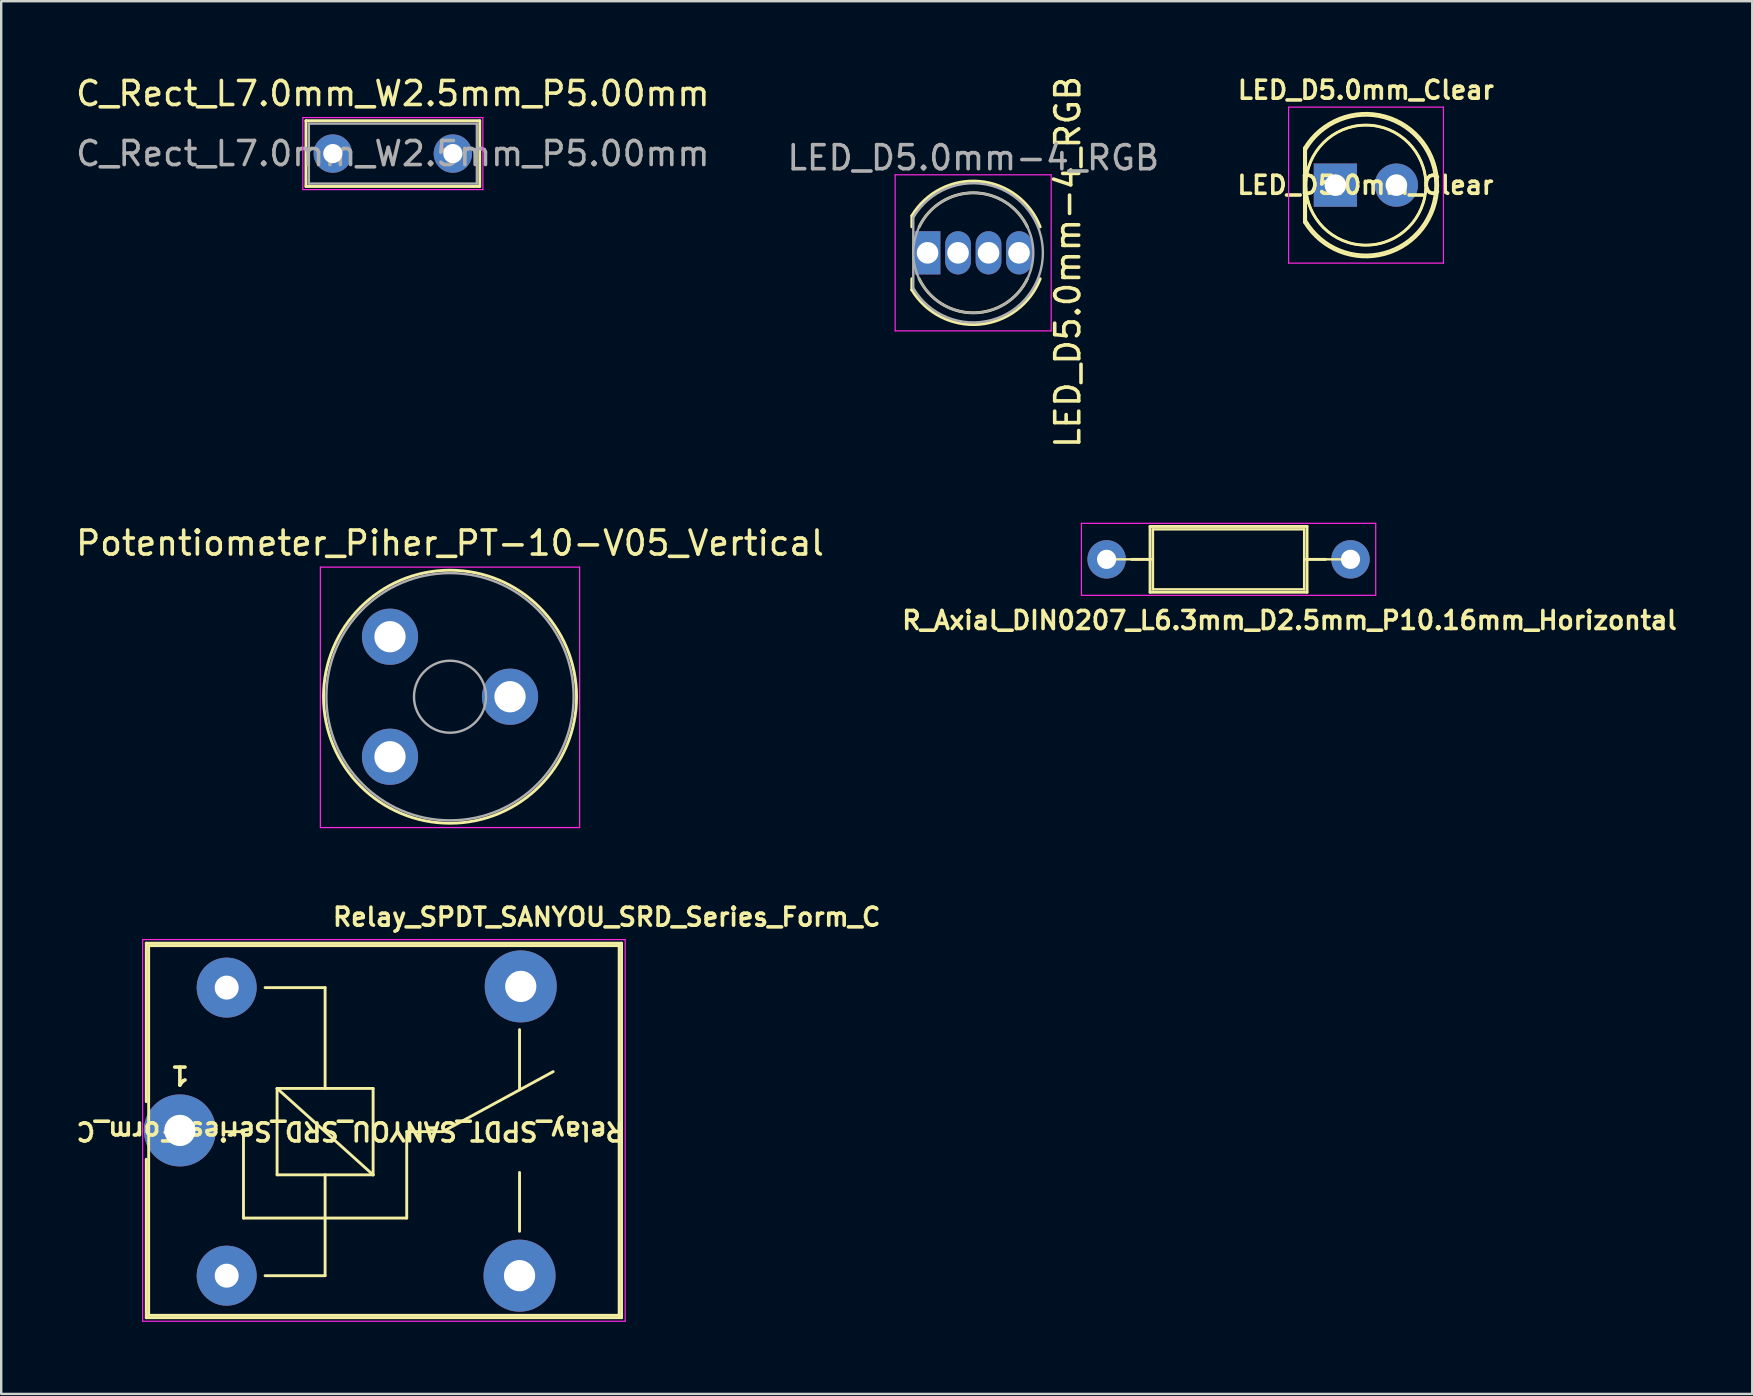
<source format=kicad_pcb>
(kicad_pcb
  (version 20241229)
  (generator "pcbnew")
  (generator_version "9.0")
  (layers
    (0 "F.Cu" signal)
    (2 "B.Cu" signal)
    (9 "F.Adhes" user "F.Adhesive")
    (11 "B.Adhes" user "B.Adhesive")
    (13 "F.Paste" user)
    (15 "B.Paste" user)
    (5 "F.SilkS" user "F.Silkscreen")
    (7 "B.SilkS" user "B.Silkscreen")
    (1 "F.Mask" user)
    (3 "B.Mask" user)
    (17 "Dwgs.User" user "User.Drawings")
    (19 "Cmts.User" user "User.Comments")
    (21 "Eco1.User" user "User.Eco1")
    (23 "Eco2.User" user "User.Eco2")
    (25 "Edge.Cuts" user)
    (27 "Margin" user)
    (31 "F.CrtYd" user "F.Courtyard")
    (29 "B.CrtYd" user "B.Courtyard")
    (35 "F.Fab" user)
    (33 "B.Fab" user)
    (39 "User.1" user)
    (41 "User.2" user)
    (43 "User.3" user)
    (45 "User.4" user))
  (footprint "Potentiometer_Piher_PT-10-V05_Vertical"
    (layer "F.Cu")
    (at 13.196 28.474)
    (property "Reference" "Potentiometer_Piher_PT-10-V05_Vertical" (at 2.5 -8.9 180) (layer "F.SilkS") (effects (font (size 1 1) (thickness 0.15))))
    (attr through_hole)
    (fp_circle (center 2.501 -2.5) (end 7.771 -2.5) (stroke (width 0.12) (type solid)) (fill no) (layer "F.SilkS"))
    (fp_line (start -2.9 -7.9) (end -2.9 2.95) (stroke (width 0.05) (type solid)) (layer "F.CrtYd"))
    (fp_line (start -2.9 2.95) (end 7.9 2.95) (stroke (width 0.05) (type solid)) (layer "F.CrtYd"))
    (fp_line (start 7.9 -7.9) (end -2.9 -7.9) (stroke (width 0.05) (type solid)) (layer "F.CrtYd"))
    (fp_line (start 7.9 2.95) (end 7.9 -7.9) (stroke (width 0.05) (type solid)) (layer "F.CrtYd"))
    (fp_circle (center 2.5 -2.5) (end 4 -2.5) (stroke (width 0.1) (type solid)) (fill no) (layer "F.Fab"))
    (fp_circle (center 2.5 -2.5) (end 7.65 -2.5) (stroke (width 0.1) (type solid)) (fill no) (layer "F.Fab"))
    (pad "1" thru_hole circle (at 0 0) (size 2.34 2.34) (drill 1.3) (layers "*.Cu" "*.Mask"))
    (pad "2" thru_hole circle (at 5 -2.5) (size 2.34 2.34) (drill 1.3) (layers "*.Cu" "*.Mask"))
    (pad "3" thru_hole circle (at 0 -5) (size 2.34 2.34) (drill 1.3) (layers "*.Cu" "*.Mask")))
  (footprint "R_Axial_DIN0207_L6.3mm_D2.5mm_P10.16mm_Horizontal"
    (layer "F.Cu")
    (at 43.048 20.251)
    (property "Reference" "R_Axial_DIN0207_L6.3mm_D2.5mm_P10.16mm_Horizontal" (at 7.62 2.54 0) (layer "F.SilkS") (effects (font (size 0.75 0.75) (thickness 0.15))))
    (attr through_hole)
    (fp_line (start 0 0) (end 1.93 0) (stroke (width 0.1) (type solid)) (layer "F.SilkS"))
    (fp_line (start 1.04 0) (end 1.81 0) (stroke (width 0.12) (type solid)) (layer "F.SilkS"))
    (fp_line (start 1.81 -1.37) (end 1.81 1.37) (stroke (width 0.12) (type solid)) (layer "F.SilkS"))
    (fp_line (start 1.81 1.37) (end 8.35 1.37) (stroke (width 0.12) (type solid)) (layer "F.SilkS"))
    (fp_line (start 1.93 -1.25) (end 1.93 1.25) (stroke (width 0.1) (type solid)) (layer "F.SilkS"))
    (fp_line (start 1.93 1.25) (end 8.23 1.25) (stroke (width 0.1) (type solid)) (layer "F.SilkS"))
    (fp_line (start 8.23 -1.25) (end 1.93 -1.25) (stroke (width 0.1) (type solid)) (layer "F.SilkS"))
    (fp_line (start 8.23 1.25) (end 8.23 -1.25) (stroke (width 0.1) (type solid)) (layer "F.SilkS"))
    (fp_line (start 8.35 -1.37) (end 1.81 -1.37) (stroke (width 0.12) (type solid)) (layer "F.SilkS"))
    (fp_line (start 8.35 1.37) (end 8.35 -1.37) (stroke (width 0.12) (type solid)) (layer "F.SilkS"))
    (fp_line (start 9.12 0) (end 8.35 0) (stroke (width 0.12) (type solid)) (layer "F.SilkS"))
    (fp_line (start 10.16 0) (end 8.23 0) (stroke (width 0.1) (type solid)) (layer "F.SilkS"))
    (fp_line (start -1.05 -1.5) (end -1.05 1.5) (stroke (width 0.05) (type solid)) (layer "F.CrtYd"))
    (fp_line (start -1.05 1.5) (end 11.21 1.5) (stroke (width 0.05) (type solid)) (layer "F.CrtYd"))
    (fp_line (start 11.21 -1.5) (end -1.05 -1.5) (stroke (width 0.05) (type solid)) (layer "F.CrtYd"))
    (fp_line (start 11.21 1.5) (end 11.21 -1.5) (stroke (width 0.05) (type solid)) (layer "F.CrtYd"))
    (pad "1" thru_hole circle (at 0 0) (size 1.6 1.6) (drill 0.8) (layers "*.Cu" "*.Mask"))
    (pad "2" thru_hole oval (at 10.16 0) (size 1.6 1.6) (drill 0.8) (layers "*.Cu" "*.Mask")))
  (footprint "LED_D5.0mm-4_RGB"
    (layer "F.Cu")
    (at 35.589 7.482)
    (property "Reference" "LED_D5.0mm-4_RGB" (at 5.842 0.381 90) (layer "F.SilkS") (effects (font (size 1 1) (thickness 0.15))))
    (attr through_hole)
    (fp_line (start -0.655 -1.545) (end -0.655 -1.08) (stroke (width 0.12) (type solid)) (layer "F.SilkS"))
    (fp_line (start -0.655 1.08) (end -0.655 1.545) (stroke (width 0.12) (type solid)) (layer "F.SilkS"))
    (fp_arc (start -0.655 -1.54483) (mid 2.163456 -2.978809) (end 4.692815 -1.080827) (stroke (width 0.12) (type solid)) (layer "F.SilkS"))
    (fp_arc (start -0.349684 -1.08) (mid 1.904762 -2.5) (end 4.159479 -1.080429) (stroke (width 0.12) (type solid)) (layer "F.SilkS"))
    (fp_arc (start 4.159479 1.080429) (mid 1.904762 2.5) (end -0.349684 1.08) (stroke (width 0.12) (type solid)) (layer "F.SilkS"))
    (fp_arc (start 4.692815 1.080827) (mid 2.163456 2.978808) (end -0.655 1.54483) (stroke (width 0.12) (type solid)) (layer "F.SilkS"))
    (fp_line (start -1.35 -3.25) (end -1.35 3.25) (stroke (width 0.05) (type solid)) (layer "F.CrtYd"))
    (fp_line (start -1.35 3.25) (end 5.15 3.25) (stroke (width 0.05) (type solid)) (layer "F.CrtYd"))
    (fp_line (start 5.15 -3.25) (end -1.35 -3.25) (stroke (width 0.05) (type solid)) (layer "F.CrtYd"))
    (fp_line (start 5.15 3.25) (end 5.15 -3.25) (stroke (width 0.05) (type solid)) (layer "F.CrtYd"))
    (fp_line (start -0.595 -1.47) (end -0.595 1.47) (stroke (width 0.1) (type solid)) (layer "F.Fab"))
    (fp_arc (start -0.595 -1.469694) (mid 4.805 0.000016) (end -0.595016 1.469666) (stroke (width 0.1) (type solid)) (layer "F.Fab"))
    (fp_circle (center 1.905 0) (end 4.405 0) (stroke (width 0.1) (type solid)) (fill no) (layer "F.Fab"))
    (fp_text user "${REFERENCE}" (at 1.905 -3.96 0) (layer "F.Fab") (effects (font (size 1 1) (thickness 0.15))))
    (pad "1" thru_hole rect (at 0 0) (size 1.07 1.8) (drill 0.9) (layers "*.Cu" "*.Mask") (remove_unused_layers yes) (keep_end_layers yes) (zone_layer_connections))
    (pad "2" thru_hole oval (at 1.27 0) (size 1.07 1.8) (drill 0.9) (layers "*.Cu" "*.Mask") (remove_unused_layers yes) (keep_end_layers yes) (zone_layer_connections))
    (pad "3" thru_hole oval (at 2.54 0) (size 1.07 1.8) (drill 0.9) (layers "*.Cu" "*.Mask") (remove_unused_layers yes) (keep_end_layers yes) (zone_layer_connections))
    (pad "4" thru_hole oval (at 3.81 0) (size 1.07 1.8) (drill 0.9) (layers "*.Cu" "*.Mask") (remove_unused_layers yes) (keep_end_layers yes) (zone_layer_connections)))
  (footprint "LED_D5.0mm_Clear"
    (layer "F.Cu")
    (at 52.579 4.662)
    (property "Reference" "LED_D5.0mm_Clear" (at 1.27 -3.96 0) (layer "F.SilkS") (effects (font (size 0.75 0.75) (thickness 0.15))))
    (attr through_hole)
    (fp_line (start -1.29 -1.545) (end -1.29 1.545) (stroke (width 0.12) (type solid)) (layer "F.SilkS"))
    (fp_line (start -1.23 -1.47) (end -1.23 1.47) (stroke (width 0.1) (type solid)) (layer "F.SilkS"))
    (fp_arc (start -1.29 -1.54483) (mid 2.072002 -2.880433) (end 4.26 0.000462) (stroke (width 0.12) (type solid)) (layer "F.SilkS"))
    (fp_arc (start -1.23 -1.469694) (mid 4.17 0.000016) (end -1.230016 1.469666) (stroke (width 0.1) (type solid)) (layer "F.SilkS"))
    (fp_arc (start 4.26 -0.000462) (mid 2.072002 2.880433) (end -1.29 1.54483) (stroke (width 0.12) (type solid)) (layer "F.SilkS"))
    (fp_circle (center 1.27 0) (end 3.77 0) (stroke (width 0.1) (type solid)) (fill no) (layer "F.SilkS"))
    (fp_circle (center 1.27 0) (end 3.77 0) (stroke (width 0.12) (type solid)) (fill no) (layer "F.SilkS"))
    (fp_line (start -1.95 -3.25) (end -1.95 3.25) (stroke (width 0.05) (type solid)) (layer "F.CrtYd"))
    (fp_line (start -1.95 3.25) (end 4.5 3.25) (stroke (width 0.05) (type solid)) (layer "F.CrtYd"))
    (fp_line (start 4.5 -3.25) (end -1.95 -3.25) (stroke (width 0.05) (type solid)) (layer "F.CrtYd"))
    (fp_line (start 4.5 3.25) (end 4.5 -3.25) (stroke (width 0.05) (type solid)) (layer "F.CrtYd"))
    (fp_text user "${REFERENCE}" (at 1.25 0 0) (unlocked yes) (layer "F.SilkS") (effects (font (size 0.75 0.75) (thickness 0.15))))
    (pad "1" thru_hole rect (at 0 0) (size 1.8 1.8) (drill 0.9) (layers "*.Cu" "*.Mask"))
    (pad "2" thru_hole circle (at 2.54 0) (size 1.8 1.8) (drill 0.9) (layers "*.Cu" "*.Mask")))
  (footprint "C_Rect_L7.0mm_W2.5mm_P5.00mm"
    (layer "F.Cu")
    (at 10.815 3.348)
    (property "Reference" "C_Rect_L7.0mm_W2.5mm_P5.00mm" (at 2.5 -2.5 180) (layer "F.SilkS") (effects (font (size 1 1) (thickness 0.15))))
    (attr through_hole)
    (fp_line (start -1.12 -1.37) (end -1.12 1.37) (stroke (width 0.12) (type solid)) (layer "F.SilkS"))
    (fp_line (start -1.12 -1.37) (end 6.12 -1.37) (stroke (width 0.12) (type solid)) (layer "F.SilkS"))
    (fp_line (start -1.12 1.37) (end 6.12 1.37) (stroke (width 0.12) (type solid)) (layer "F.SilkS"))
    (fp_line (start 6.12 -1.37) (end 6.12 1.37) (stroke (width 0.12) (type solid)) (layer "F.SilkS"))
    (fp_line (start -1.25 -1.5) (end -1.25 1.5) (stroke (width 0.05) (type solid)) (layer "F.CrtYd"))
    (fp_line (start -1.25 1.5) (end 6.25 1.5) (stroke (width 0.05) (type solid)) (layer "F.CrtYd"))
    (fp_line (start 6.25 -1.5) (end -1.25 -1.5) (stroke (width 0.05) (type solid)) (layer "F.CrtYd"))
    (fp_line (start 6.25 1.5) (end 6.25 -1.5) (stroke (width 0.05) (type solid)) (layer "F.CrtYd"))
    (fp_line (start -1 -1.25) (end -1 1.25) (stroke (width 0.1) (type solid)) (layer "F.Fab"))
    (fp_line (start -1 1.25) (end 6 1.25) (stroke (width 0.1) (type solid)) (layer "F.Fab"))
    (fp_line (start 6 -1.25) (end -1 -1.25) (stroke (width 0.1) (type solid)) (layer "F.Fab"))
    (fp_line (start 6 1.25) (end 6 -1.25) (stroke (width 0.1) (type solid)) (layer "F.Fab"))
    (fp_text user "${REFERENCE}" (at 2.5 0 180) (layer "F.Fab") (effects (font (size 1 1) (thickness 0.15))))
    (pad "1" thru_hole circle (at 0 0) (size 1.6 1.6) (drill 0.8) (layers "*.Cu" "*.Mask"))
    (pad "2" thru_hole circle (at 5 0) (size 1.6 1.6) (drill 0.8) (layers "*.Cu" "*.Mask")))
  (footprint "Relay_SPDT_SANYOU_SRD_Series_Form_C"
    (layer "F.Cu")
    (at 4.443 44.041)
    (property "Reference" "Relay_SPDT_SANYOU_SRD_Series_Form_C" (at 17.78 -8.89 180) (layer "F.SilkS") (effects (font (size 0.75 0.75) (thickness 0.15))))
    (attr through_hole)
    (fp_line (start -1.4 -7.8) (end -1.4 -1.2) (stroke (width 0.12) (type solid)) (layer "F.SilkS"))
    (fp_line (start -1.4 -7.8) (end 18.4 -7.8) (stroke (width 0.12) (type solid)) (layer "F.SilkS"))
    (fp_line (start -1.4 1.2) (end -1.4 7.8) (stroke (width 0.12) (type solid)) (layer "F.SilkS"))
    (fp_line (start -1.3 -7.7) (end 18.3 -7.7) (stroke (width 0.12) (type solid)) (layer "F.SilkS"))
    (fp_line (start -1.3 7.7) (end -1.3 -7.7) (stroke (width 0.12) (type solid)) (layer "F.SilkS"))
    (fp_line (start 2.65 0.05) (end 1.85 0.05) (stroke (width 0.12) (type solid)) (layer "F.SilkS"))
    (fp_line (start 2.65 0.05) (end 2.65 3.65) (stroke (width 0.12) (type solid)) (layer "F.SilkS"))
    (fp_line (start 3.55 6.05) (end 6.05 6.05) (stroke (width 0.12) (type solid)) (layer "F.SilkS"))
    (fp_line (start 4.05 -1.75) (end 8.05 -1.75) (stroke (width 0.12) (type solid)) (layer "F.SilkS"))
    (fp_line (start 4.05 1.85) (end 4.05 -1.75) (stroke (width 0.12) (type solid)) (layer "F.SilkS"))
    (fp_line (start 6.05 -5.95) (end 3.55 -5.95) (stroke (width 0.12) (type solid)) (layer "F.SilkS"))
    (fp_line (start 6.05 -5.95) (end 6.05 -1.75) (stroke (width 0.12) (type solid)) (layer "F.SilkS"))
    (fp_line (start 6.05 1.85) (end 6.05 6.05) (stroke (width 0.12) (type solid)) (layer "F.SilkS"))
    (fp_line (start 8.05 -1.75) (end 8.05 1.85) (stroke (width 0.12) (type solid)) (layer "F.SilkS"))
    (fp_line (start 8.05 1.85) (end 4.05 -1.75) (stroke (width 0.12) (type solid)) (layer "F.SilkS"))
    (fp_line (start 8.05 1.85) (end 4.05 1.85) (stroke (width 0.12) (type solid)) (layer "F.SilkS"))
    (fp_line (start 9.45 0.05) (end 9.45 3.65) (stroke (width 0.12) (type solid)) (layer "F.SilkS"))
    (fp_line (start 9.45 0.05) (end 10.95 0.05) (stroke (width 0.12) (type solid)) (layer "F.SilkS"))
    (fp_line (start 9.45 3.65) (end 2.65 3.65) (stroke (width 0.12) (type solid)) (layer "F.SilkS"))
    (fp_line (start 10.95 0.05) (end 15.55 -2.45) (stroke (width 0.12) (type solid)) (layer "F.SilkS"))
    (fp_line (start 14.15 -4.2) (end 14.15 -1.7) (stroke (width 0.12) (type solid)) (layer "F.SilkS"))
    (fp_line (start 14.15 4.2) (end 14.15 1.75) (stroke (width 0.12) (type solid)) (layer "F.SilkS"))
    (fp_line (start 18.3 -7.7) (end 18.3 7.7) (stroke (width 0.12) (type solid)) (layer "F.SilkS"))
    (fp_line (start 18.3 7.7) (end -1.3 7.7) (stroke (width 0.12) (type solid)) (layer "F.SilkS"))
    (fp_line (start 18.4 -7.8) (end 18.4 7.8) (stroke (width 0.12) (type solid)) (layer "F.SilkS"))
    (fp_line (start 18.4 7.8) (end -1.4 7.8) (stroke (width 0.12) (type solid)) (layer "F.SilkS"))
    (fp_line (start -1.55 7.95) (end -1.55 -7.95) (stroke (width 0.05) (type solid)) (layer "F.CrtYd"))
    (fp_line (start -1.55 7.95) (end 18.55 7.95) (stroke (width 0.05) (type solid)) (layer "F.CrtYd"))
    (fp_line (start 18.55 -7.95) (end -1.55 -7.95) (stroke (width 0.05) (type solid)) (layer "F.CrtYd"))
    (fp_line (start 18.55 -7.95) (end 18.55 7.95) (stroke (width 0.05) (type solid)) (layer "F.CrtYd"))
    (fp_text user "${REFERENCE}" (at 7.1 0.025 180) (unlocked yes) (layer "F.SilkS") (effects (font (size 0.75 0.75) (thickness 0.15))))
    (fp_text user "1" (at 0 -2.3 180) (unlocked yes) (layer "F.SilkS") (effects (font (size 0.75 0.75) (thickness 0.15))))
    (pad "1" thru_hole circle (at 0 0 90) (size 3 3) (drill 1.3) (layers "*.Cu" "*.Mask"))
    (pad "2" thru_hole circle (at 1.95 6.05 90) (size 2.5 2.5) (drill 1) (layers "*.Cu" "*.Mask"))
    (pad "3" thru_hole circle (at 14.15 6.05 90) (size 3 3) (drill 1.3) (layers "*.Cu" "*.Mask"))
    (pad "4" thru_hole circle (at 14.2 -6 90) (size 3 3) (drill 1.3) (layers "*.Cu" "*.Mask"))
    (pad "5" thru_hole circle (at 1.95 -5.95 90) (size 2.5 2.5) (drill 1) (layers "*.Cu" "*.Mask")))
  (gr_rect
    (start -3 -3)
    (end 69.943 55.016)
    (stroke (width 0.1) (type default))
    (fill no)
    (layer "Edge.Cuts")))
</source>
